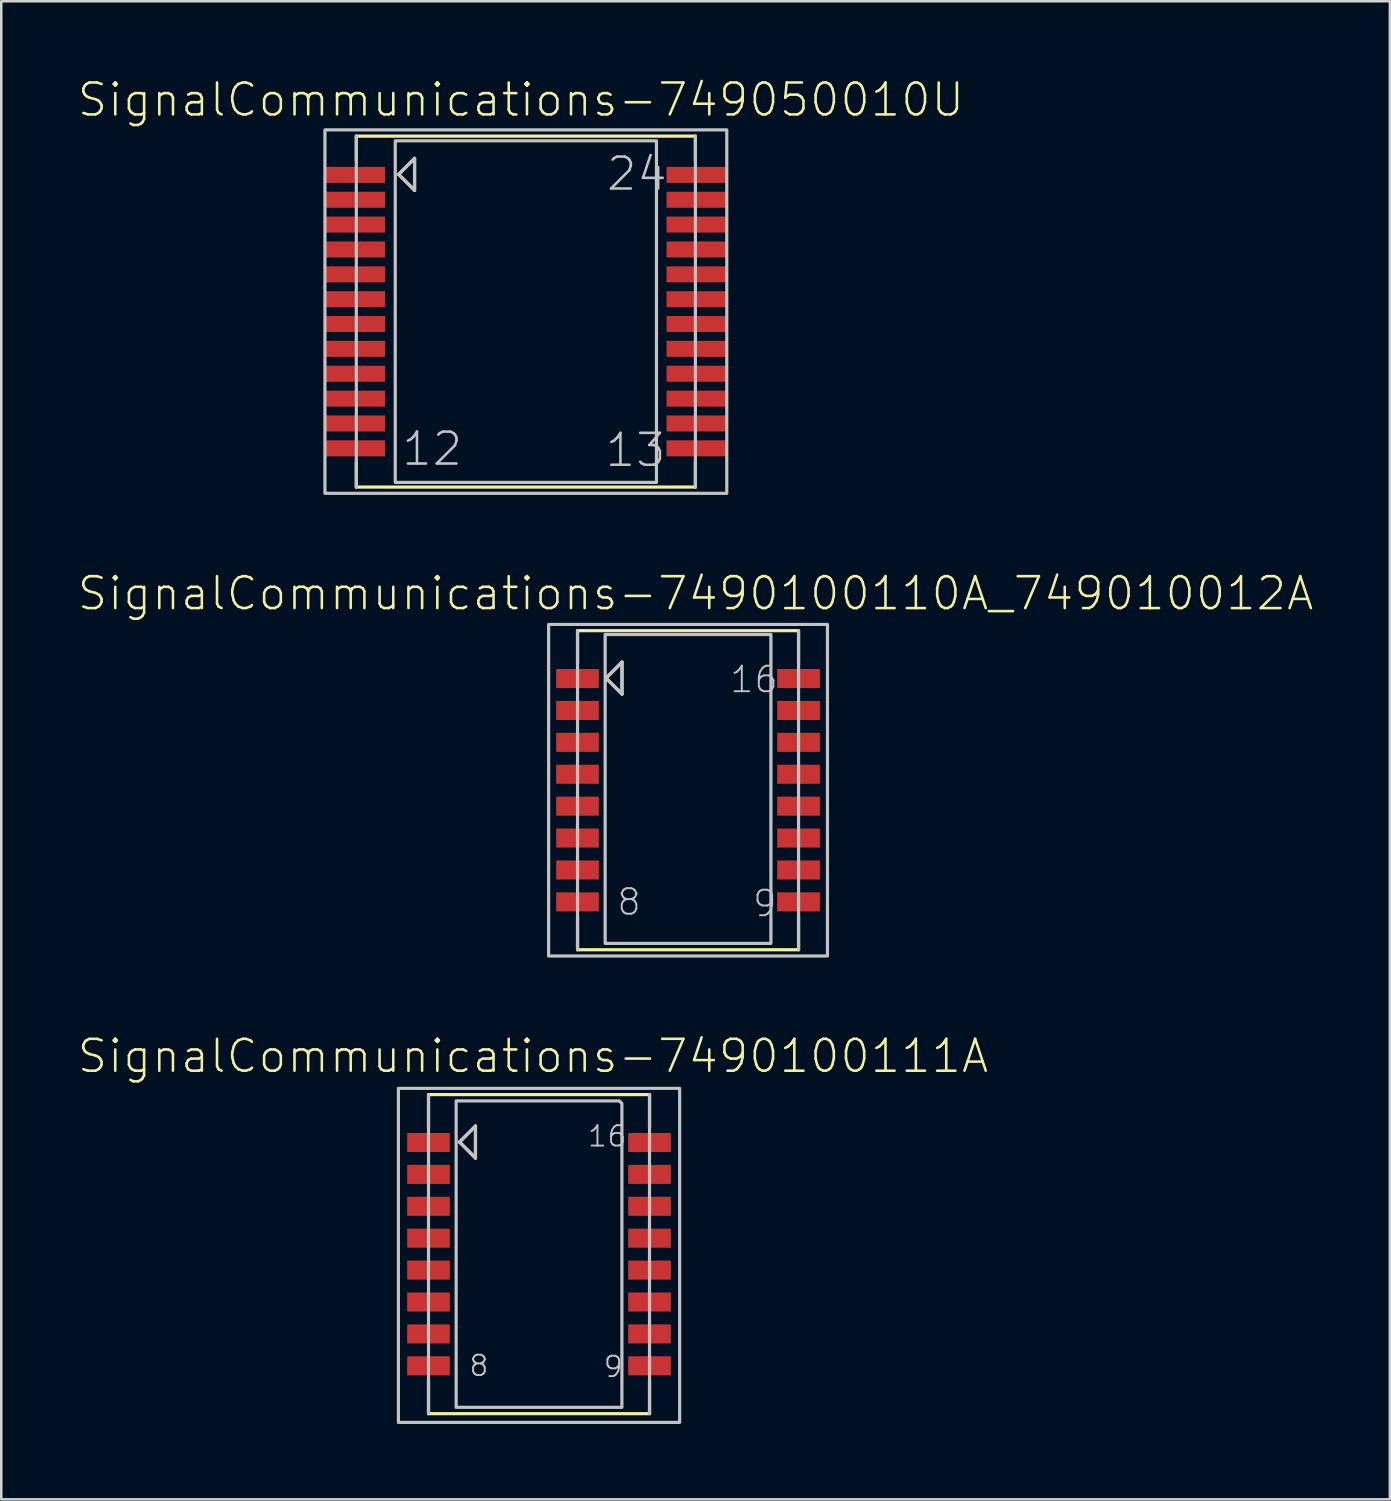
<source format=kicad_pcb>
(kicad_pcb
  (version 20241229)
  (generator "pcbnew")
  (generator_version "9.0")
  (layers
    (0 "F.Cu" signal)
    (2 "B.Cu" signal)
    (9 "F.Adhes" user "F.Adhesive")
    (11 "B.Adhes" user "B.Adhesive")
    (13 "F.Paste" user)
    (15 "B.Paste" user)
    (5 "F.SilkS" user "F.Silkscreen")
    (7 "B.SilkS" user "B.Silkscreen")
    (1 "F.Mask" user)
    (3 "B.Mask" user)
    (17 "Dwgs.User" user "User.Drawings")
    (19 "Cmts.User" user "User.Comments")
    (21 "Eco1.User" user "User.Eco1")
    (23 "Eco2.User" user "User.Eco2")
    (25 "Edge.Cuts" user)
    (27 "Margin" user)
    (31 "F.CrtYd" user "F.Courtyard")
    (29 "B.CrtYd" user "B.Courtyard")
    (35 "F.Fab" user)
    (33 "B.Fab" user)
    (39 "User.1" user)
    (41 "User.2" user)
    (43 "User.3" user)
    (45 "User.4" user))
  (footprint "SignalCommunications-7490100110A_749010012A"
    (layer "F.Cu")
    (at 24.339 28.406)
    (property "Reference" "SignalCommunications-7490100110A_749010012A" (at 0.3 -7.833 0) (layer "F.SilkS") (effects (font (size 1.27 1.27) (thickness 0.102))))
    (attr smd)
    (fp_line (start -4.399 -6.35) (end 4.399 -6.35) (stroke (width 0.127) (type solid)) (layer "F.SilkS"))
    (fp_line (start -4.399 -5.05) (end -4.399 -6.35) (stroke (width 0.127) (type solid)) (layer "F.SilkS"))
    (fp_line (start -4.399 5.019) (end -4.399 6.35) (stroke (width 0.127) (type solid)) (layer "F.SilkS"))
    (fp_line (start -3.264 -4.463) (end -2.629 -3.828) (stroke (width 0.127) (type solid)) (layer "F.SilkS"))
    (fp_line (start -2.629 -5.098) (end -3.264 -4.463) (stroke (width 0.127) (type solid)) (layer "F.SilkS"))
    (fp_line (start -2.629 -3.828) (end -2.629 -5.098) (stroke (width 0.127) (type solid)) (layer "F.SilkS"))
    (fp_line (start 4.399 -5.009) (end 4.399 -6.35) (stroke (width 0.127) (type solid)) (layer "F.SilkS"))
    (fp_line (start 4.399 5.009) (end 4.399 6.35) (stroke (width 0.127) (type solid)) (layer "F.SilkS"))
    (fp_line (start 4.399 6.35) (end -4.399 6.35) (stroke (width 0.127) (type solid)) (layer "F.SilkS"))
    (fp_line (start -4.399 6.35) (end -4.399 -6.35) (stroke (width 0.127) (type solid)) (layer "Dwgs.User"))
    (fp_line (start -3.264 -4.463) (end -2.629 -3.828) (stroke (width 0.127) (type solid)) (layer "Dwgs.User"))
    (fp_line (start -2.629 -5.098) (end -3.264 -4.463) (stroke (width 0.127) (type solid)) (layer "Dwgs.User"))
    (fp_line (start -2.629 -3.828) (end -2.629 -5.098) (stroke (width 0.127) (type solid)) (layer "Dwgs.User"))
    (fp_line (start 4.399 -6.35) (end 4.399 6.35) (stroke (width 0.127) (type solid)) (layer "Dwgs.User"))
    (fp_poly (pts (xy 5.55 -6.599) (xy 5.55 6.599) (xy -5.55 6.599) (xy -5.55 -6.599) (xy 5.55 -6.599)) (stroke (width 0.127) (type solid)) (fill no) (layer "Dwgs.User"))
    (fp_poly (pts (xy 3.299 -6.099) (xy 3.299 6.099) (xy -3.299 6.099) (xy -3.299 -6.198) (xy 3.299 -6.198) (xy 3.299 -5.898) (xy 3.299 -6.099)) (stroke (width 0.127) (type solid)) (fill no) (layer "Dwgs.User"))
    (fp_text user "16" (at 2.624 -4.407 0) (layer "Dwgs.User") (effects (font (size 1.016 1.016) (thickness 0.076))))
    (fp_text user "9" (at 3.056 4.511 0) (layer "Dwgs.User") (effects (font (size 1.016 1.016) (thickness 0.076))))
    (fp_text user "8" (at -2.349 4.45 0) (layer "Dwgs.User") (effects (font (size 1.016 1.016) (thickness 0.076))))
    (pad "1" smd rect (at -4.399 -4.445) (size 1.699 0.759) (layers "F.Cu" "F.Mask" "F.Paste"))
    (pad "2" smd rect (at -4.399 -3.175) (size 1.699 0.759) (layers "F.Cu" "F.Mask" "F.Paste"))
    (pad "3" smd rect (at -4.399 -1.905) (size 1.699 0.759) (layers "F.Cu" "F.Mask" "F.Paste"))
    (pad "4" smd rect (at -4.399 -0.635) (size 1.699 0.759) (layers "F.Cu" "F.Mask" "F.Paste"))
    (pad "5" smd rect (at -4.399 0.635) (size 1.699 0.759) (layers "F.Cu" "F.Mask" "F.Paste"))
    (pad "6" smd rect (at -4.399 1.905) (size 1.699 0.759) (layers "F.Cu" "F.Mask" "F.Paste"))
    (pad "7" smd rect (at -4.399 3.175) (size 1.699 0.759) (layers "F.Cu" "F.Mask" "F.Paste"))
    (pad "8" smd rect (at -4.399 4.445) (size 1.699 0.759) (layers "F.Cu" "F.Mask" "F.Paste"))
    (pad "9" smd rect (at 4.399 4.445) (size 1.699 0.759) (layers "F.Cu" "F.Mask" "F.Paste"))
    (pad "10" smd rect (at 4.399 3.175) (size 1.699 0.759) (layers "F.Cu" "F.Mask" "F.Paste"))
    (pad "11" smd rect (at 4.399 1.905) (size 1.699 0.759) (layers "F.Cu" "F.Mask" "F.Paste"))
    (pad "12" smd rect (at 4.399 0.635) (size 1.699 0.759) (layers "F.Cu" "F.Mask" "F.Paste"))
    (pad "13" smd rect (at 4.399 -0.635) (size 1.699 0.759) (layers "F.Cu" "F.Mask" "F.Paste"))
    (pad "14" smd rect (at 4.399 -1.905) (size 1.699 0.759) (layers "F.Cu" "F.Mask" "F.Paste"))
    (pad "15" smd rect (at 4.399 -3.175) (size 1.699 0.759) (layers "F.Cu" "F.Mask" "F.Paste"))
    (pad "16" smd rect (at 4.399 -4.445) (size 1.699 0.759) (layers "F.Cu" "F.Mask" "F.Paste")))
  (footprint "SignalCommunications-749050010U"
    (layer "F.Cu")
    (at 17.883 9.354)
    (property "Reference" "SignalCommunications-749050010U" (at -0.198 -8.433 0) (layer "F.SilkS") (effects (font (size 1.27 1.27) (thickness 0.102))))
    (attr smd)
    (fp_line (start -6.749 -6.985) (end 6.749 -6.985) (stroke (width 0.127) (type solid)) (layer "F.SilkS"))
    (fp_line (start -6.749 -5.999) (end -6.749 -6.985) (stroke (width 0.127) (type solid)) (layer "F.SilkS"))
    (fp_line (start -6.749 5.999) (end -6.749 6.985) (stroke (width 0.127) (type solid)) (layer "F.SilkS"))
    (fp_line (start -5.065 -5.464) (end -4.43 -4.829) (stroke (width 0.127) (type solid)) (layer "F.SilkS"))
    (fp_line (start -4.43 -6.099) (end -5.065 -5.464) (stroke (width 0.127) (type solid)) (layer "F.SilkS"))
    (fp_line (start -4.43 -4.829) (end -4.43 -6.099) (stroke (width 0.127) (type solid)) (layer "F.SilkS"))
    (fp_line (start 6.749 -5.999) (end 6.749 -6.985) (stroke (width 0.127) (type solid)) (layer "F.SilkS"))
    (fp_line (start 6.749 5.999) (end 6.749 6.985) (stroke (width 0.127) (type solid)) (layer "F.SilkS"))
    (fp_line (start 6.749 6.985) (end -6.749 6.985) (stroke (width 0.127) (type solid)) (layer "F.SilkS"))
    (fp_line (start -6.749 6.985) (end -6.749 -6.985) (stroke (width 0.127) (type solid)) (layer "Dwgs.User"))
    (fp_line (start -5.065 -5.464) (end -4.43 -4.829) (stroke (width 0.127) (type solid)) (layer "Dwgs.User"))
    (fp_line (start -4.43 -6.099) (end -5.065 -5.464) (stroke (width 0.127) (type solid)) (layer "Dwgs.User"))
    (fp_line (start -4.43 -4.829) (end -4.43 -6.099) (stroke (width 0.127) (type solid)) (layer "Dwgs.User"))
    (fp_line (start 6.749 -6.985) (end 6.749 6.985) (stroke (width 0.127) (type solid)) (layer "Dwgs.User"))
    (fp_poly (pts (xy 5.199 -6.8) (xy 5.199 6.8) (xy -5.199 6.8) (xy -5.199 -6.8) (xy 5.199 -6.8)) (stroke (width 0.127) (type solid)) (fill no) (layer "Dwgs.User"))
    (fp_poly (pts (xy 7.998 -7.234) (xy 7.998 7.234) (xy -7.998 7.234) (xy -7.998 -7.234) (xy 7.998 -7.234)) (stroke (width 0.127) (type solid)) (fill no) (layer "Dwgs.User"))
    (fp_text user "13" (at 4.369 5.514 0) (layer "Dwgs.User") (effects (font (size 1.27 1.27) (thickness 0.102))))
    (fp_text user "24" (at 4.42 -5.484 0) (layer "Dwgs.User") (effects (font (size 1.27 1.27) (thickness 0.102))))
    (fp_text user "12" (at -3.729 5.464 0) (layer "Dwgs.User") (effects (font (size 1.27 1.27) (thickness 0.102))))
    (pad "1" smd rect (at -6.8 -5.443) (size 2.398 0.638) (layers "F.Cu" "F.Mask" "F.Paste"))
    (pad "2" smd rect (at -6.8 -4.453) (size 2.398 0.638) (layers "F.Cu" "F.Mask" "F.Paste"))
    (pad "3" smd rect (at -6.8 -3.465) (size 2.398 0.638) (layers "F.Cu" "F.Mask" "F.Paste"))
    (pad "4" smd rect (at -6.8 -2.474) (size 2.398 0.638) (layers "F.Cu" "F.Mask" "F.Paste"))
    (pad "5" smd rect (at -6.8 -1.483) (size 2.398 0.638) (layers "F.Cu" "F.Mask" "F.Paste"))
    (pad "6" smd rect (at -6.8 -0.493) (size 2.398 0.638) (layers "F.Cu" "F.Mask" "F.Paste"))
    (pad "7" smd rect (at -6.8 0.493) (size 2.398 0.638) (layers "F.Cu" "F.Mask" "F.Paste"))
    (pad "8" smd rect (at -6.8 1.483) (size 2.398 0.638) (layers "F.Cu" "F.Mask" "F.Paste"))
    (pad "9" smd rect (at -6.8 2.474) (size 2.398 0.638) (layers "F.Cu" "F.Mask" "F.Paste"))
    (pad "10" smd rect (at -6.8 3.465) (size 2.398 0.638) (layers "F.Cu" "F.Mask" "F.Paste"))
    (pad "11" smd rect (at -6.8 4.453) (size 2.398 0.638) (layers "F.Cu" "F.Mask" "F.Paste"))
    (pad "12" smd rect (at -6.8 5.443) (size 2.398 0.638) (layers "F.Cu" "F.Mask" "F.Paste"))
    (pad "13" smd rect (at 6.8 5.443) (size 2.398 0.638) (layers "F.Cu" "F.Mask" "F.Paste"))
    (pad "14" smd rect (at 6.8 4.453) (size 2.398 0.638) (layers "F.Cu" "F.Mask" "F.Paste"))
    (pad "15" smd rect (at 6.8 3.465) (size 2.398 0.638) (layers "F.Cu" "F.Mask" "F.Paste"))
    (pad "16" smd rect (at 6.8 2.474) (size 2.398 0.638) (layers "F.Cu" "F.Mask" "F.Paste"))
    (pad "17" smd rect (at 6.8 1.483) (size 2.398 0.638) (layers "F.Cu" "F.Mask" "F.Paste"))
    (pad "18" smd rect (at 6.8 0.493) (size 2.398 0.638) (layers "F.Cu" "F.Mask" "F.Paste"))
    (pad "19" smd rect (at 6.8 -0.493) (size 2.398 0.638) (layers "F.Cu" "F.Mask" "F.Paste"))
    (pad "20" smd rect (at 6.8 -1.483) (size 2.398 0.638) (layers "F.Cu" "F.Mask" "F.Paste"))
    (pad "21" smd rect (at 6.8 -2.474) (size 2.398 0.638) (layers "F.Cu" "F.Mask" "F.Paste"))
    (pad "22" smd rect (at 6.8 -3.465) (size 2.398 0.638) (layers "F.Cu" "F.Mask" "F.Paste"))
    (pad "23" smd rect (at 6.8 -4.453) (size 2.398 0.638) (layers "F.Cu" "F.Mask" "F.Paste"))
    (pad "24" smd rect (at 6.8 -5.443) (size 2.398 0.638) (layers "F.Cu" "F.Mask" "F.Paste")))
  (footprint "SignalCommunications-7490100111A"
    (layer "F.Cu")
    (at 18.407 46.874)
    (property "Reference" "SignalCommunications-7490100111A" (at -0.239 -7.884 0) (layer "F.SilkS") (effects (font (size 1.27 1.27) (thickness 0.102))))
    (attr smd)
    (fp_line (start -4.399 -6.35) (end 4.399 -6.35) (stroke (width 0.127) (type solid)) (layer "F.SilkS"))
    (fp_line (start -4.399 -5.029) (end -4.399 -6.35) (stroke (width 0.127) (type solid)) (layer "F.SilkS"))
    (fp_line (start -4.399 6.35) (end -4.399 5.029) (stroke (width 0.127) (type solid)) (layer "F.SilkS"))
    (fp_line (start -3.165 -4.463) (end -2.53 -3.828) (stroke (width 0.127) (type solid)) (layer "F.SilkS"))
    (fp_line (start -2.53 -5.098) (end -3.165 -4.463) (stroke (width 0.127) (type solid)) (layer "F.SilkS"))
    (fp_line (start -2.53 -3.828) (end -2.53 -5.098) (stroke (width 0.127) (type solid)) (layer "F.SilkS"))
    (fp_line (start 4.399 -5.029) (end 4.399 -6.35) (stroke (width 0.127) (type solid)) (layer "F.SilkS"))
    (fp_line (start 4.399 6.35) (end -4.399 6.35) (stroke (width 0.127) (type solid)) (layer "F.SilkS"))
    (fp_line (start 4.399 6.35) (end 4.399 5.029) (stroke (width 0.127) (type solid)) (layer "F.SilkS"))
    (fp_line (start -4.399 6.35) (end -4.399 -6.35) (stroke (width 0.127) (type solid)) (layer "Dwgs.User"))
    (fp_line (start -3.165 -4.463) (end -2.53 -3.828) (stroke (width 0.127) (type solid)) (layer "Dwgs.User"))
    (fp_line (start -2.53 -5.098) (end -3.165 -4.463) (stroke (width 0.127) (type solid)) (layer "Dwgs.User"))
    (fp_line (start -2.53 -3.828) (end -2.53 -5.098) (stroke (width 0.127) (type solid)) (layer "Dwgs.User"))
    (fp_line (start 4.399 -6.35) (end 4.399 6.35) (stroke (width 0.127) (type solid)) (layer "Dwgs.User"))
    (fp_poly (pts (xy 5.598 -6.599) (xy 5.598 6.698) (xy -5.598 6.698) (xy -5.598 -6.599) (xy 5.598 -6.599)) (stroke (width 0.127) (type solid)) (fill no) (layer "Dwgs.User"))
    (fp_poly (pts (xy 3.299 -5.999) (xy 3.299 6.099) (xy -3.299 6.099) (xy -3.299 -6.099) (xy 3.198 -6.099) (xy 3.299 -5.999)) (stroke (width 0.127) (type solid)) (fill no) (layer "Dwgs.User"))
    (fp_text user "8" (at -2.393 4.442 0) (layer "Dwgs.User") (effects (font (size 0.813 0.813) (thickness 0.076))))
    (fp_text user "16" (at 2.713 -4.694 0) (layer "Dwgs.User") (effects (font (size 0.813 0.813) (thickness 0.076))))
    (fp_text user "9" (at 2.954 4.483 0) (layer "Dwgs.User") (effects (font (size 0.813 0.813) (thickness 0.076))))
    (pad "1" smd rect (at -4.399 -4.445) (size 1.699 0.759) (layers "F.Cu" "F.Mask" "F.Paste"))
    (pad "2" smd rect (at -4.399 -3.175) (size 1.699 0.759) (layers "F.Cu" "F.Mask" "F.Paste"))
    (pad "3" smd rect (at -4.399 -1.905) (size 1.699 0.759) (layers "F.Cu" "F.Mask" "F.Paste"))
    (pad "4" smd rect (at -4.399 -0.635) (size 1.699 0.759) (layers "F.Cu" "F.Mask" "F.Paste"))
    (pad "5" smd rect (at -4.399 0.635) (size 1.699 0.759) (layers "F.Cu" "F.Mask" "F.Paste"))
    (pad "6" smd rect (at -4.399 1.905) (size 1.699 0.759) (layers "F.Cu" "F.Mask" "F.Paste"))
    (pad "7" smd rect (at -4.399 3.175) (size 1.699 0.759) (layers "F.Cu" "F.Mask" "F.Paste"))
    (pad "8" smd rect (at -4.399 4.445) (size 1.699 0.759) (layers "F.Cu" "F.Mask" "F.Paste"))
    (pad "9" smd rect (at 4.399 4.445) (size 1.699 0.759) (layers "F.Cu" "F.Mask" "F.Paste"))
    (pad "10" smd rect (at 4.399 3.175) (size 1.699 0.759) (layers "F.Cu" "F.Mask" "F.Paste"))
    (pad "11" smd rect (at 4.399 1.905) (size 1.699 0.759) (layers "F.Cu" "F.Mask" "F.Paste"))
    (pad "12" smd rect (at 4.399 0.635) (size 1.699 0.759) (layers "F.Cu" "F.Mask" "F.Paste"))
    (pad "13" smd rect (at 4.399 -0.635) (size 1.699 0.759) (layers "F.Cu" "F.Mask" "F.Paste"))
    (pad "14" smd rect (at 4.399 -1.905) (size 1.699 0.759) (layers "F.Cu" "F.Mask" "F.Paste"))
    (pad "15" smd rect (at 4.399 -3.175) (size 1.699 0.759) (layers "F.Cu" "F.Mask" "F.Paste"))
    (pad "16" smd rect (at 4.399 -4.445) (size 1.699 0.759) (layers "F.Cu" "F.Mask" "F.Paste")))
  (gr_rect
    (start -3 -3)
    (end 52.278 56.635)
    (stroke (width 0.1) (type default))
    (fill no)
    (layer "Edge.Cuts")))
</source>
